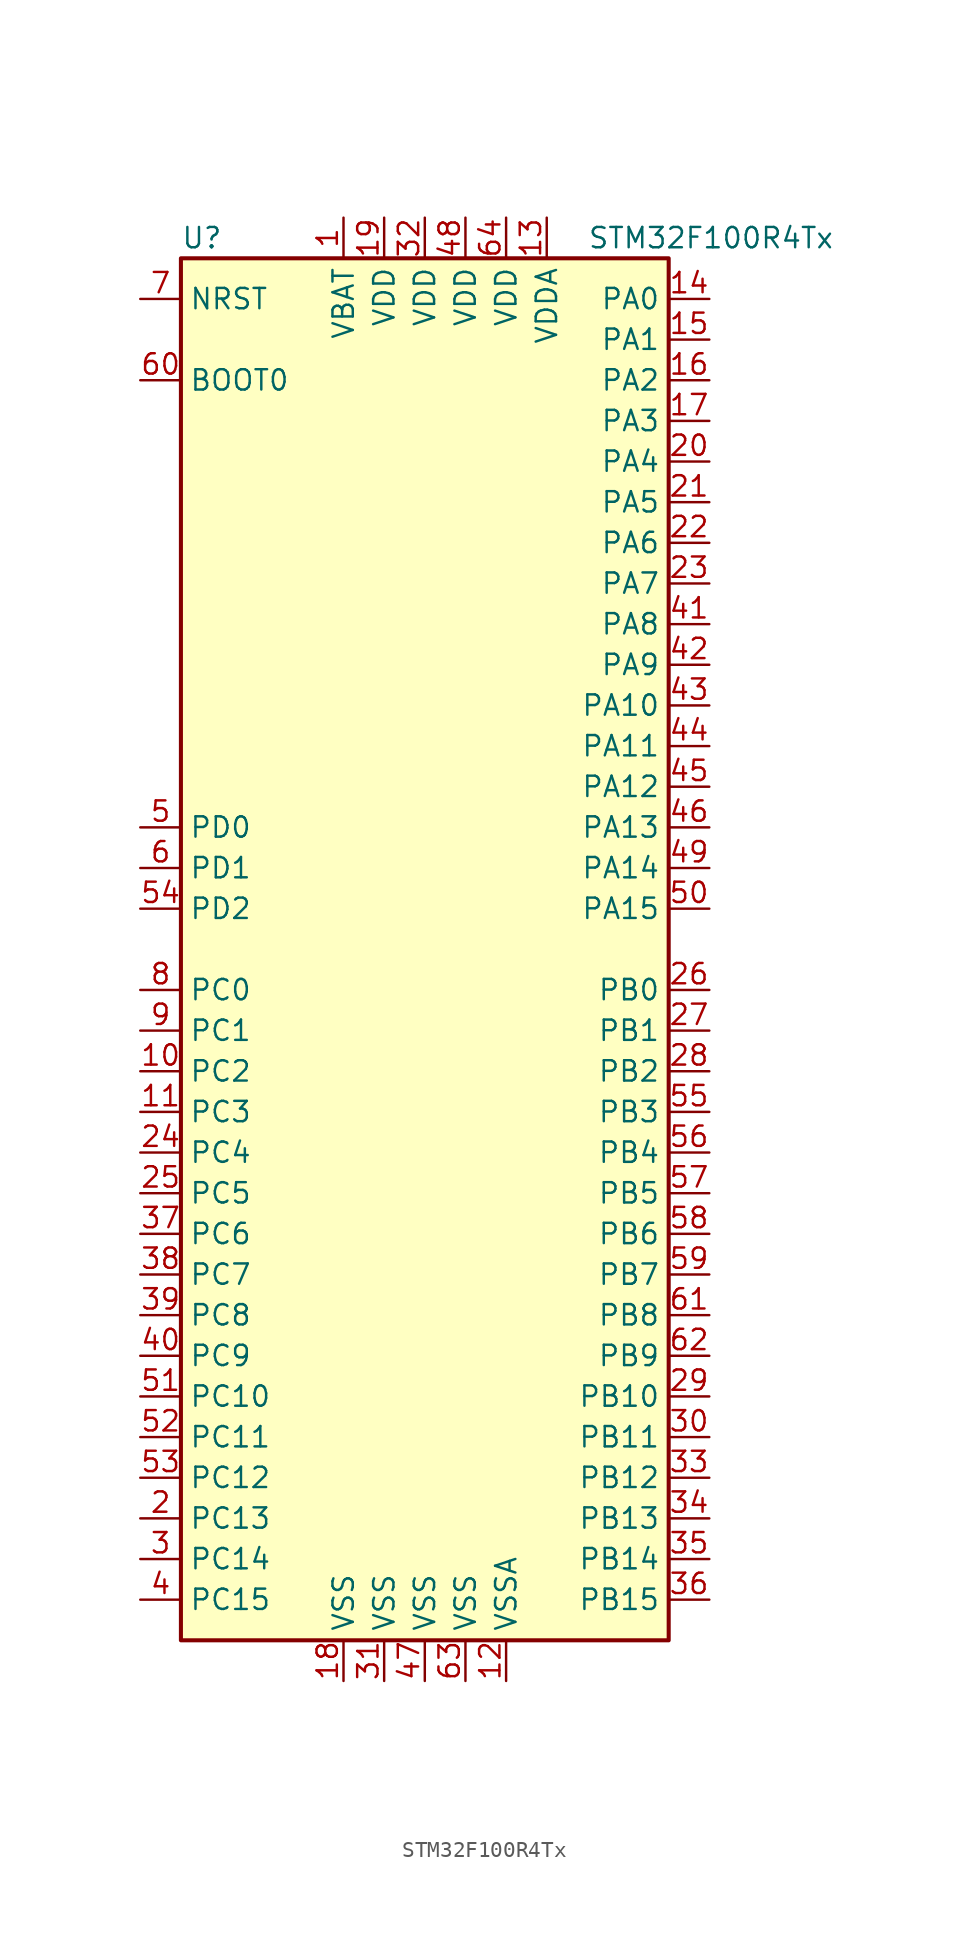
<source format=kicad_sym>
(kicad_symbol_lib
  (version 20201005)
  (generator kicad_symbol_editor)
  (symbol "STM32F100R4Tx"
    (property "Reference" "U"
      (at -15.24 44.45 0)
      (effects (font (size 1.27 1.27)) (justify left)))
    (property "Value" "STM32F100R4Tx"
      (at 10.16 44.45 0)
      (effects (font (size 1.27 1.27)) (justify left)))
    (symbol "STM32F100R4Tx_0_1"
      (rectangle (start -15.24 -43.18) (end 15.24 43.18) (stroke (width 0.254)) (fill (type background))))
    (symbol "STM32F100R4Tx_1_1"
      (pin input line (at -17.78 35.56 0) (length 2.54) (name "BOOT0" (effects (font (size 1.27 1.27)))) (number "60" (effects (font (size 1.27 1.27)))))
      (pin input line (at -17.78 40.64 0) (length 2.54) (name "NRST" (effects (font (size 1.27 1.27)))) (number "7" (effects (font (size 1.27 1.27)))))
      (pin bidirectional line (at 17.78 40.64 180) (length 2.54) (name "PA0" (effects (font (size 1.27 1.27)))) (number "14" (effects (font (size 1.27 1.27)))))
      (pin bidirectional line (at 17.78 38.1 180) (length 2.54) (name "PA1" (effects (font (size 1.27 1.27)))) (number "15" (effects (font (size 1.27 1.27)))))
      (pin bidirectional line (at 17.78 15.24 180) (length 2.54) (name "PA10" (effects (font (size 1.27 1.27)))) (number "43" (effects (font (size 1.27 1.27)))))
      (pin bidirectional line (at 17.78 12.7 180) (length 2.54) (name "PA11" (effects (font (size 1.27 1.27)))) (number "44" (effects (font (size 1.27 1.27)))))
      (pin bidirectional line (at 17.78 10.16 180) (length 2.54) (name "PA12" (effects (font (size 1.27 1.27)))) (number "45" (effects (font (size 1.27 1.27)))))
      (pin bidirectional line (at 17.78 7.62 180) (length 2.54) (name "PA13" (effects (font (size 1.27 1.27)))) (number "46" (effects (font (size 1.27 1.27)))))
      (pin bidirectional line (at 17.78 5.08 180) (length 2.54) (name "PA14" (effects (font (size 1.27 1.27)))) (number "49" (effects (font (size 1.27 1.27)))))
      (pin bidirectional line (at 17.78 2.54 180) (length 2.54) (name "PA15" (effects (font (size 1.27 1.27)))) (number "50" (effects (font (size 1.27 1.27)))))
      (pin bidirectional line (at 17.78 35.56 180) (length 2.54) (name "PA2" (effects (font (size 1.27 1.27)))) (number "16" (effects (font (size 1.27 1.27)))))
      (pin bidirectional line (at 17.78 33.02 180) (length 2.54) (name "PA3" (effects (font (size 1.27 1.27)))) (number "17" (effects (font (size 1.27 1.27)))))
      (pin bidirectional line (at 17.78 30.48 180) (length 2.54) (name "PA4" (effects (font (size 1.27 1.27)))) (number "20" (effects (font (size 1.27 1.27)))))
      (pin bidirectional line (at 17.78 27.94 180) (length 2.54) (name "PA5" (effects (font (size 1.27 1.27)))) (number "21" (effects (font (size 1.27 1.27)))))
      (pin bidirectional line (at 17.78 25.4 180) (length 2.54) (name "PA6" (effects (font (size 1.27 1.27)))) (number "22" (effects (font (size 1.27 1.27)))))
      (pin bidirectional line (at 17.78 22.86 180) (length 2.54) (name "PA7" (effects (font (size 1.27 1.27)))) (number "23" (effects (font (size 1.27 1.27)))))
      (pin bidirectional line (at 17.78 20.32 180) (length 2.54) (name "PA8" (effects (font (size 1.27 1.27)))) (number "41" (effects (font (size 1.27 1.27)))))
      (pin bidirectional line (at 17.78 17.78 180) (length 2.54) (name "PA9" (effects (font (size 1.27 1.27)))) (number "42" (effects (font (size 1.27 1.27)))))
      (pin bidirectional line (at 17.78 -2.54 180) (length 2.54) (name "PB0" (effects (font (size 1.27 1.27)))) (number "26" (effects (font (size 1.27 1.27)))))
      (pin bidirectional line (at 17.78 -5.08 180) (length 2.54) (name "PB1" (effects (font (size 1.27 1.27)))) (number "27" (effects (font (size 1.27 1.27)))))
      (pin bidirectional line (at 17.78 -27.94 180) (length 2.54) (name "PB10" (effects (font (size 1.27 1.27)))) (number "29" (effects (font (size 1.27 1.27)))))
      (pin bidirectional line (at 17.78 -30.48 180) (length 2.54) (name "PB11" (effects (font (size 1.27 1.27)))) (number "30" (effects (font (size 1.27 1.27)))))
      (pin bidirectional line (at 17.78 -33.02 180) (length 2.54) (name "PB12" (effects (font (size 1.27 1.27)))) (number "33" (effects (font (size 1.27 1.27)))))
      (pin bidirectional line (at 17.78 -35.56 180) (length 2.54) (name "PB13" (effects (font (size 1.27 1.27)))) (number "34" (effects (font (size 1.27 1.27)))))
      (pin bidirectional line (at 17.78 -38.1 180) (length 2.54) (name "PB14" (effects (font (size 1.27 1.27)))) (number "35" (effects (font (size 1.27 1.27)))))
      (pin bidirectional line (at 17.78 -40.64 180) (length 2.54) (name "PB15" (effects (font (size 1.27 1.27)))) (number "36" (effects (font (size 1.27 1.27)))))
      (pin bidirectional line (at 17.78 -7.62 180) (length 2.54) (name "PB2" (effects (font (size 1.27 1.27)))) (number "28" (effects (font (size 1.27 1.27)))))
      (pin bidirectional line (at 17.78 -10.16 180) (length 2.54) (name "PB3" (effects (font (size 1.27 1.27)))) (number "55" (effects (font (size 1.27 1.27)))))
      (pin bidirectional line (at 17.78 -12.7 180) (length 2.54) (name "PB4" (effects (font (size 1.27 1.27)))) (number "56" (effects (font (size 1.27 1.27)))))
      (pin bidirectional line (at 17.78 -15.24 180) (length 2.54) (name "PB5" (effects (font (size 1.27 1.27)))) (number "57" (effects (font (size 1.27 1.27)))))
      (pin bidirectional line (at 17.78 -17.78 180) (length 2.54) (name "PB6" (effects (font (size 1.27 1.27)))) (number "58" (effects (font (size 1.27 1.27)))))
      (pin bidirectional line (at 17.78 -20.32 180) (length 2.54) (name "PB7" (effects (font (size 1.27 1.27)))) (number "59" (effects (font (size 1.27 1.27)))))
      (pin bidirectional line (at 17.78 -22.86 180) (length 2.54) (name "PB8" (effects (font (size 1.27 1.27)))) (number "61" (effects (font (size 1.27 1.27)))))
      (pin bidirectional line (at 17.78 -25.4 180) (length 2.54) (name "PB9" (effects (font (size 1.27 1.27)))) (number "62" (effects (font (size 1.27 1.27)))))
      (pin bidirectional line (at -17.78 -2.54 0) (length 2.54) (name "PC0" (effects (font (size 1.27 1.27)))) (number "8" (effects (font (size 1.27 1.27)))))
      (pin bidirectional line (at -17.78 -5.08 0) (length 2.54) (name "PC1" (effects (font (size 1.27 1.27)))) (number "9" (effects (font (size 1.27 1.27)))))
      (pin bidirectional line (at -17.78 -27.94 0) (length 2.54) (name "PC10" (effects (font (size 1.27 1.27)))) (number "51" (effects (font (size 1.27 1.27)))))
      (pin bidirectional line (at -17.78 -30.48 0) (length 2.54) (name "PC11" (effects (font (size 1.27 1.27)))) (number "52" (effects (font (size 1.27 1.27)))))
      (pin bidirectional line (at -17.78 -33.02 0) (length 2.54) (name "PC12" (effects (font (size 1.27 1.27)))) (number "53" (effects (font (size 1.27 1.27)))))
      (pin bidirectional line (at -17.78 -35.56 0) (length 2.54) (name "PC13" (effects (font (size 1.27 1.27)))) (number "2" (effects (font (size 1.27 1.27)))))
      (pin bidirectional line (at -17.78 -38.1 0) (length 2.54) (name "PC14" (effects (font (size 1.27 1.27)))) (number "3" (effects (font (size 1.27 1.27)))))
      (pin bidirectional line (at -17.78 -40.64 0) (length 2.54) (name "PC15" (effects (font (size 1.27 1.27)))) (number "4" (effects (font (size 1.27 1.27)))))
      (pin bidirectional line (at -17.78 -7.62 0) (length 2.54) (name "PC2" (effects (font (size 1.27 1.27)))) (number "10" (effects (font (size 1.27 1.27)))))
      (pin bidirectional line (at -17.78 -10.16 0) (length 2.54) (name "PC3" (effects (font (size 1.27 1.27)))) (number "11" (effects (font (size 1.27 1.27)))))
      (pin bidirectional line (at -17.78 -12.7 0) (length 2.54) (name "PC4" (effects (font (size 1.27 1.27)))) (number "24" (effects (font (size 1.27 1.27)))))
      (pin bidirectional line (at -17.78 -15.24 0) (length 2.54) (name "PC5" (effects (font (size 1.27 1.27)))) (number "25" (effects (font (size 1.27 1.27)))))
      (pin bidirectional line (at -17.78 -17.78 0) (length 2.54) (name "PC6" (effects (font (size 1.27 1.27)))) (number "37" (effects (font (size 1.27 1.27)))))
      (pin bidirectional line (at -17.78 -20.32 0) (length 2.54) (name "PC7" (effects (font (size 1.27 1.27)))) (number "38" (effects (font (size 1.27 1.27)))))
      (pin bidirectional line (at -17.78 -22.86 0) (length 2.54) (name "PC8" (effects (font (size 1.27 1.27)))) (number "39" (effects (font (size 1.27 1.27)))))
      (pin bidirectional line (at -17.78 -25.4 0) (length 2.54) (name "PC9" (effects (font (size 1.27 1.27)))) (number "40" (effects (font (size 1.27 1.27)))))
      (pin input line (at -17.78 7.62 0) (length 2.54) (name "PD0" (effects (font (size 1.27 1.27)))) (number "5" (effects (font (size 1.27 1.27)))))
      (pin input line (at -17.78 5.08 0) (length 2.54) (name "PD1" (effects (font (size 1.27 1.27)))) (number "6" (effects (font (size 1.27 1.27)))))
      (pin bidirectional line (at -17.78 2.54 0) (length 2.54) (name "PD2" (effects (font (size 1.27 1.27)))) (number "54" (effects (font (size 1.27 1.27)))))
      (pin power_in line (at -5.08 45.72 270) (length 2.54) (name "VBAT" (effects (font (size 1.27 1.27)))) (number "1" (effects (font (size 1.27 1.27)))))
      (pin power_in line (at -2.54 45.72 270) (length 2.54) (name "VDD" (effects (font (size 1.27 1.27)))) (number "19" (effects (font (size 1.27 1.27)))))
      (pin power_in line (at 0 45.72 270) (length 2.54) (name "VDD" (effects (font (size 1.27 1.27)))) (number "32" (effects (font (size 1.27 1.27)))))
      (pin power_in line (at 2.54 45.72 270) (length 2.54) (name "VDD" (effects (font (size 1.27 1.27)))) (number "48" (effects (font (size 1.27 1.27)))))
      (pin power_in line (at 5.08 45.72 270) (length 2.54) (name "VDD" (effects (font (size 1.27 1.27)))) (number "64" (effects (font (size 1.27 1.27)))))
      (pin power_in line (at 7.62 45.72 270) (length 2.54) (name "VDDA" (effects (font (size 1.27 1.27)))) (number "13" (effects (font (size 1.27 1.27)))))
      (pin power_in line (at -5.08 -45.72 90) (length 2.54) (name "VSS" (effects (font (size 1.27 1.27)))) (number "18" (effects (font (size 1.27 1.27)))))
      (pin power_in line (at -2.54 -45.72 90) (length 2.54) (name "VSS" (effects (font (size 1.27 1.27)))) (number "31" (effects (font (size 1.27 1.27)))))
      (pin power_in line (at 0 -45.72 90) (length 2.54) (name "VSS" (effects (font (size 1.27 1.27)))) (number "47" (effects (font (size 1.27 1.27)))))
      (pin power_in line (at 2.54 -45.72 90) (length 2.54) (name "VSS" (effects (font (size 1.27 1.27)))) (number "63" (effects (font (size 1.27 1.27)))))
      (pin power_in line (at 5.08 -45.72 90) (length 2.54) (name "VSSA" (effects (font (size 1.27 1.27)))) (number "12" (effects (font (size 1.27 1.27))))))))
</source>
